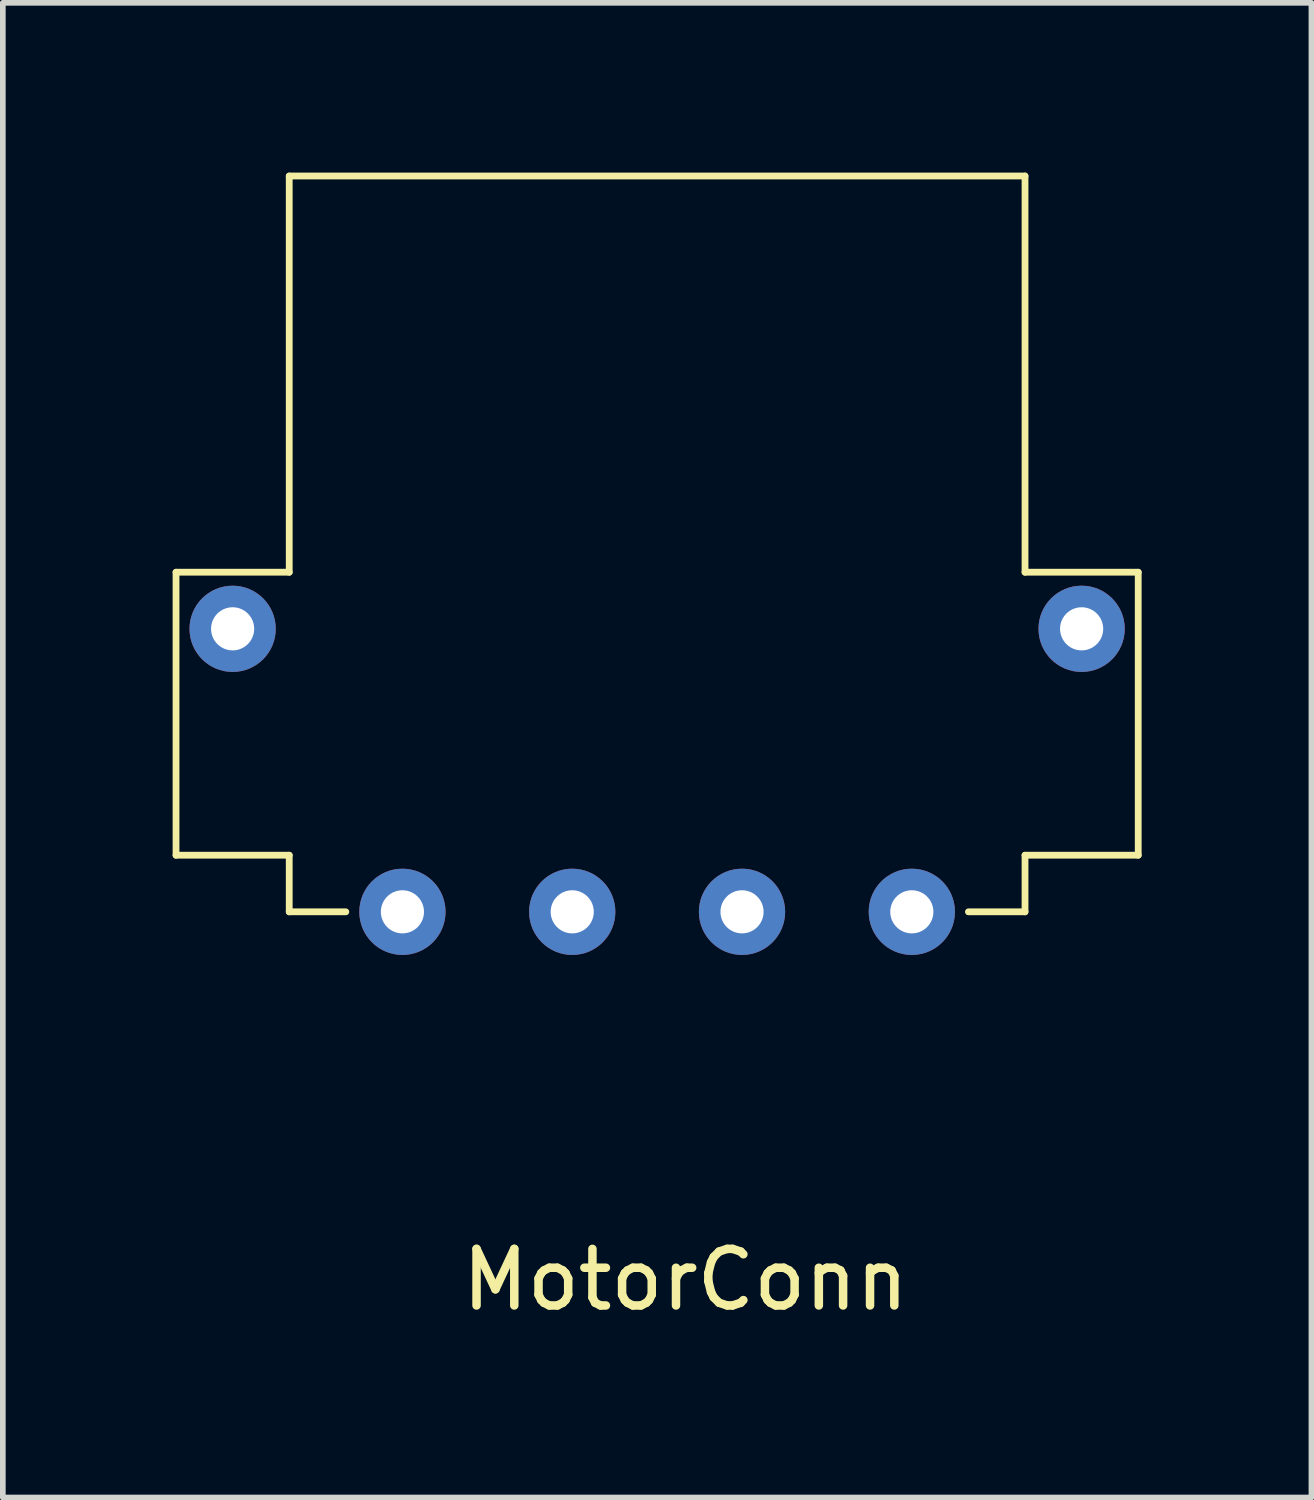
<source format=kicad_pcb>
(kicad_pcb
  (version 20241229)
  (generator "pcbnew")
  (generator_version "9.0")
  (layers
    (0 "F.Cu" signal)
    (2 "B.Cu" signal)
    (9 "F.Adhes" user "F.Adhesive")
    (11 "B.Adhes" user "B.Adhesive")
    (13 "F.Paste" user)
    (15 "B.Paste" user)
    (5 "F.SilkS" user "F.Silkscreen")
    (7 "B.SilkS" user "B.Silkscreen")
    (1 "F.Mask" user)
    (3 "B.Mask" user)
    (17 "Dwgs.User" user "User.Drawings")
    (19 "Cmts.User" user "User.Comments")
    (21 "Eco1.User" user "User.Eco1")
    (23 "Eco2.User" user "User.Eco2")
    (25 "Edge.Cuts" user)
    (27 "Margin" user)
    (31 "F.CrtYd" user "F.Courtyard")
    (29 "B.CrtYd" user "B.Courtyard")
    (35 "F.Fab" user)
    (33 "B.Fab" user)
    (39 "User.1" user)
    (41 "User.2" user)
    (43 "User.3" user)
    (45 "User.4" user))
  (footprint "MotorConn"
    (layer "F.Cu")
    (at 8.56 13.06)
    (property "Reference" "MotorConn" (at 0.5 6.5 0) (layer "F.SilkS") (effects (font (size 1 1) (thickness 0.15))))
    (attr through_hole)
    (fp_line (start -8.5 -6) (end -6.5 -6) (stroke (width 0.12) (type solid)) (layer "F.SilkS"))
    (fp_line (start -8.5 -1) (end -8.5 -6) (stroke (width 0.12) (type solid)) (layer "F.SilkS"))
    (fp_line (start -6.5 -13) (end 6.5 -13) (stroke (width 0.12) (type solid)) (layer "F.SilkS"))
    (fp_line (start -6.5 -6) (end -6.5 -13) (stroke (width 0.12) (type solid)) (layer "F.SilkS"))
    (fp_line (start -6.5 -1) (end -8.5 -1) (stroke (width 0.12) (type solid)) (layer "F.SilkS"))
    (fp_line (start -6.5 0) (end -6.5 -1) (stroke (width 0.12) (type solid)) (layer "F.SilkS"))
    (fp_line (start -5.5 0) (end -6.5 0) (stroke (width 0.12) (type solid)) (layer "F.SilkS"))
    (fp_line (start 5.5 0) (end 6.5 0) (stroke (width 0.12) (type solid)) (layer "F.SilkS"))
    (fp_line (start 6.5 -6) (end 6.5 -13) (stroke (width 0.12) (type solid)) (layer "F.SilkS"))
    (fp_line (start 6.5 -1) (end 8.5 -1) (stroke (width 0.12) (type solid)) (layer "F.SilkS"))
    (fp_line (start 6.5 0) (end 6.5 -1) (stroke (width 0.12) (type solid)) (layer "F.SilkS"))
    (fp_line (start 8.5 -6) (end 6.5 -6) (stroke (width 0.12) (type solid)) (layer "F.SilkS"))
    (fp_line (start 8.5 -1) (end 8.5 -6) (stroke (width 0.12) (type solid)) (layer "F.SilkS"))
    (pad "1" thru_hole circle (at -4.5 0) (size 1.524 1.524) (drill 0.762) (layers "*.Cu" "*.Mask"))
    (pad "2" thru_hole circle (at -1.5 0) (size 1.524 1.524) (drill 0.762) (layers "*.Cu" "*.Mask"))
    (pad "3" thru_hole circle (at 1.5 0) (size 1.524 1.524) (drill 0.762) (layers "*.Cu" "*.Mask"))
    (pad "4" thru_hole circle (at 4.5 0) (size 1.524 1.524) (drill 0.762) (layers "*.Cu" "*.Mask"))
    (pad "5" thru_hole circle (at -7.5 -5) (size 1.524 1.524) (drill 0.762) (layers "*.Cu" "*.Mask"))
    (pad "5" thru_hole circle (at 7.5 -5) (size 1.524 1.524) (drill 0.762) (layers "*.Cu" "*.Mask")))
  (gr_rect
    (start -3 -3)
    (end 20.12 23.408)
    (stroke (width 0.1) (type default))
    (fill no)
    (layer "Edge.Cuts")))
</source>
